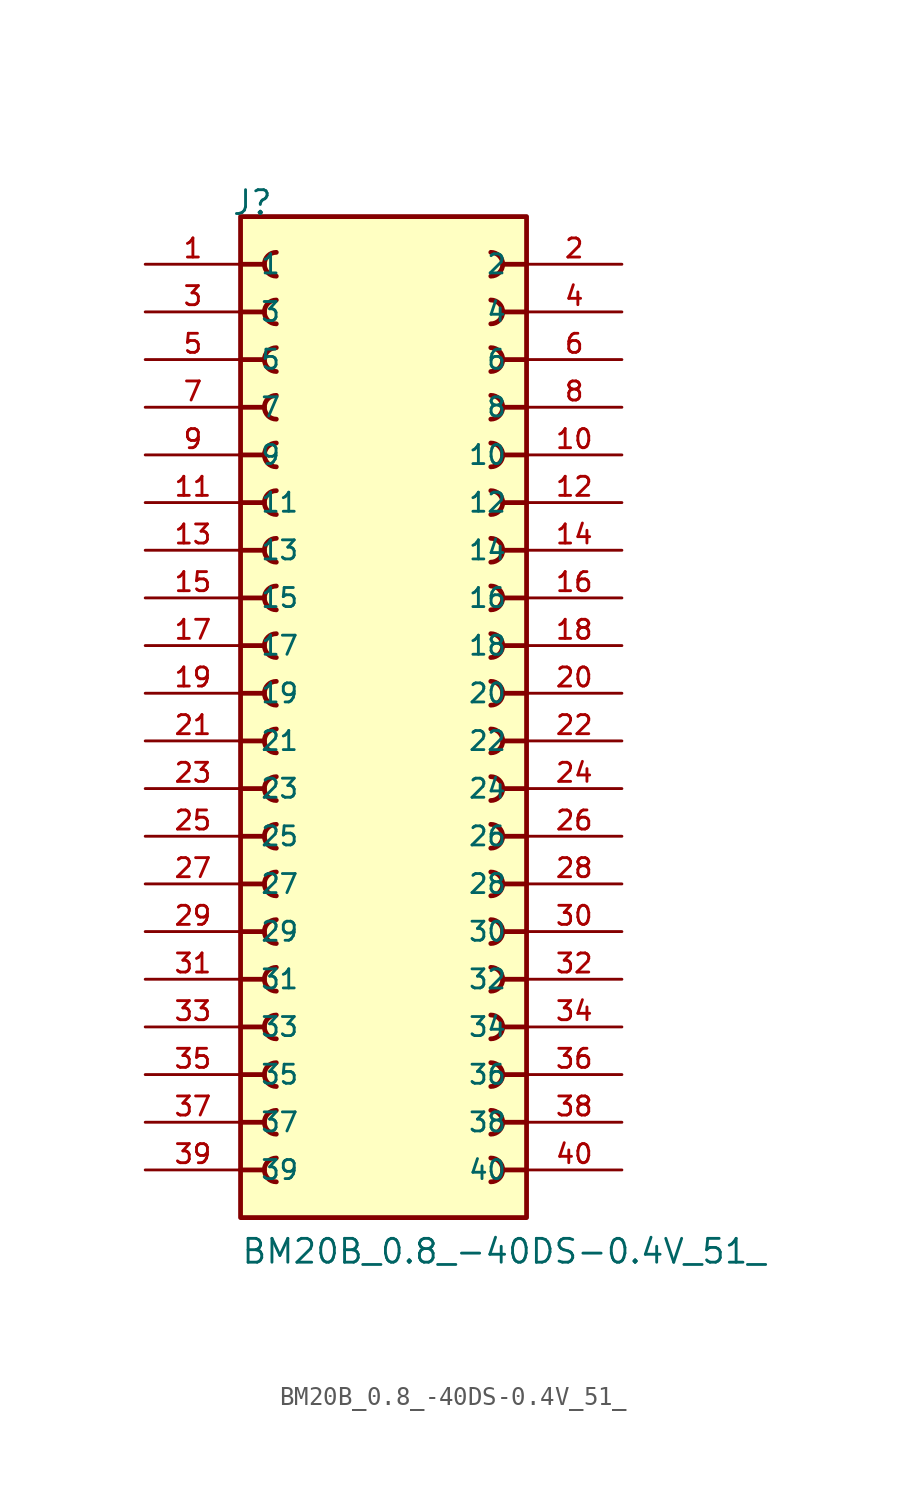
<source format=kicad_sym>
(kicad_symbol_lib
  (version 20211014)
  (generator kicad_symbol_editor)
  (symbol "BM20B_0.8_-40DS-0.4V_51_"
    (pin_names
      (offset 1.016))
    (property "Reference" "J"
      (at -8.12 27.94 0)
      (effects (font (size 1.27 1.27)) (justify bottom left)))
    (property "Value" "BM20B_0.8_-40DS-0.4V_51_"
      (at -7.62 -27.94 0)
      (effects (font (size 1.27 1.27)) (justify bottom left)))
    (symbol "BM20B_0.8_-40DS-0.4V_51__0_0"
      (polyline (pts (xy -7.62 25.4) (xy -6.35 25.4)) (stroke (width 0.254)))
      (arc (start -5.715 26.035) (mid -6.35 25.4) (end -5.715 24.765) (stroke (width 0.254) (type default) (color 0 0 0 0)) (fill (type none)))
      (polyline (pts (xy 7.62 25.4) (xy 6.35 25.4)) (stroke (width 0.254)))
      (arc (start 5.715 24.765) (mid 6.35 25.4) (end 5.715 26.035) (stroke (width 0.254) (type default) (color 0 0 0 0)) (fill (type none)))
      (polyline (pts (xy -7.62 22.86) (xy -6.35 22.86)) (stroke (width 0.254)))
      (arc (start -5.715 23.495) (mid -6.35 22.86) (end -5.715 22.225) (stroke (width 0.254) (type default) (color 0 0 0 0)) (fill (type none)))
      (polyline (pts (xy 7.62 22.86) (xy 6.35 22.86)) (stroke (width 0.254)))
      (arc (start 5.715 22.225) (mid 6.35 22.86) (end 5.715 23.495) (stroke (width 0.254) (type default) (color 0 0 0 0)) (fill (type none)))
      (polyline (pts (xy -7.62 20.32) (xy -6.35 20.32)) (stroke (width 0.254)))
      (arc (start -5.715 20.955) (mid -6.35 20.32) (end -5.715 19.685) (stroke (width 0.254) (type default) (color 0 0 0 0)) (fill (type none)))
      (polyline (pts (xy 7.62 20.32) (xy 6.35 20.32)) (stroke (width 0.254)))
      (arc (start 5.715 19.685) (mid 6.35 20.32) (end 5.715 20.955) (stroke (width 0.254) (type default) (color 0 0 0 0)) (fill (type none)))
      (polyline (pts (xy -7.62 17.78) (xy -6.35 17.78)) (stroke (width 0.254)))
      (arc (start -5.715 18.415) (mid -6.35 17.78) (end -5.715 17.145) (stroke (width 0.254) (type default) (color 0 0 0 0)) (fill (type none)))
      (polyline (pts (xy 7.62 17.78) (xy 6.35 17.78)) (stroke (width 0.254)))
      (arc (start 5.715 17.145) (mid 6.35 17.78) (end 5.715 18.415) (stroke (width 0.254) (type default) (color 0 0 0 0)) (fill (type none)))
      (polyline (pts (xy -7.62 15.24) (xy -6.35 15.24)) (stroke (width 0.254)))
      (arc (start -5.715 15.875) (mid -6.35 15.24) (end -5.715 14.605) (stroke (width 0.254) (type default) (color 0 0 0 0)) (fill (type none)))
      (polyline (pts (xy 7.62 15.24) (xy 6.35 15.24)) (stroke (width 0.254)))
      (arc (start 5.715 14.605) (mid 6.35 15.24) (end 5.715 15.875) (stroke (width 0.254) (type default) (color 0 0 0 0)) (fill (type none)))
      (polyline (pts (xy -7.62 12.7) (xy -6.35 12.7)) (stroke (width 0.254)))
      (arc (start -5.715 13.335) (mid -6.35 12.7) (end -5.715 12.065) (stroke (width 0.254) (type default) (color 0 0 0 0)) (fill (type none)))
      (polyline (pts (xy 7.62 12.7) (xy 6.35 12.7)) (stroke (width 0.254)))
      (arc (start 5.715 12.065) (mid 6.35 12.7) (end 5.715 13.335) (stroke (width 0.254) (type default) (color 0 0 0 0)) (fill (type none)))
      (polyline (pts (xy -7.62 10.16) (xy -6.35 10.16)) (stroke (width 0.254)))
      (arc (start -5.715 10.795) (mid -6.35 10.16) (end -5.715 9.525) (stroke (width 0.254) (type default) (color 0 0 0 0)) (fill (type none)))
      (polyline (pts (xy 7.62 10.16) (xy 6.35 10.16)) (stroke (width 0.254)))
      (arc (start 5.715 9.525) (mid 6.35 10.16) (end 5.715 10.795) (stroke (width 0.254) (type default) (color 0 0 0 0)) (fill (type none)))
      (polyline (pts (xy -7.62 7.62) (xy -6.35 7.62)) (stroke (width 0.254)))
      (arc (start -5.715 8.255) (mid -6.35 7.62) (end -5.715 6.985) (stroke (width 0.254) (type default) (color 0 0 0 0)) (fill (type none)))
      (polyline (pts (xy 7.62 7.62) (xy 6.35 7.62)) (stroke (width 0.254)))
      (arc (start 5.715 6.985) (mid 6.35 7.62) (end 5.715 8.255) (stroke (width 0.254) (type default) (color 0 0 0 0)) (fill (type none)))
      (polyline (pts (xy -7.62 5.08) (xy -6.35 5.08)) (stroke (width 0.254)))
      (arc (start -5.715 5.715) (mid -6.35 5.08) (end -5.715 4.445) (stroke (width 0.254) (type default) (color 0 0 0 0)) (fill (type none)))
      (polyline (pts (xy 7.62 5.08) (xy 6.35 5.08)) (stroke (width 0.254)))
      (arc (start 5.715 4.445) (mid 6.35 5.08) (end 5.715 5.715) (stroke (width 0.254) (type default) (color 0 0 0 0)) (fill (type none)))
      (polyline (pts (xy -7.62 2.54) (xy -6.35 2.54)) (stroke (width 0.254)))
      (arc (start -5.715 3.175) (mid -6.35 2.54) (end -5.715 1.905) (stroke (width 0.254) (type default) (color 0 0 0 0)) (fill (type none)))
      (polyline (pts (xy 7.62 2.54) (xy 6.35 2.54)) (stroke (width 0.254)))
      (arc (start 5.715 1.905) (mid 6.35 2.54) (end 5.715 3.175) (stroke (width 0.254) (type default) (color 0 0 0 0)) (fill (type none)))
      (polyline (pts (xy -7.62 0.0) (xy -6.35 0.0)) (stroke (width 0.254)))
      (arc (start -5.715 0.635) (mid -6.35 -0.0) (end -5.715 -0.635) (stroke (width 0.254) (type default) (color 0 0 0 0)) (fill (type none)))
      (polyline (pts (xy 7.62 0.0) (xy 6.35 0.0)) (stroke (width 0.254)))
      (arc (start 5.715 -0.635) (mid 6.35 0.0) (end 5.715 0.635) (stroke (width 0.254) (type default) (color 0 0 0 0)) (fill (type none)))
      (polyline (pts (xy -7.62 -2.54) (xy -6.35 -2.54)) (stroke (width 0.254)))
      (arc (start -5.715 -1.905) (mid -6.35 -2.54) (end -5.715 -3.175) (stroke (width 0.254) (type default) (color 0 0 0 0)) (fill (type none)))
      (polyline (pts (xy 7.62 -2.54) (xy 6.35 -2.54)) (stroke (width 0.254)))
      (arc (start 5.715 -3.175) (mid 6.35 -2.54) (end 5.715 -1.905) (stroke (width 0.254) (type default) (color 0 0 0 0)) (fill (type none)))
      (polyline (pts (xy -7.62 -5.08) (xy -6.35 -5.08)) (stroke (width 0.254)))
      (arc (start -5.715 -4.445) (mid -6.35 -5.08) (end -5.715 -5.715) (stroke (width 0.254) (type default) (color 0 0 0 0)) (fill (type none)))
      (polyline (pts (xy 7.62 -5.08) (xy 6.35 -5.08)) (stroke (width 0.254)))
      (arc (start 5.715 -5.715) (mid 6.35 -5.08) (end 5.715 -4.445) (stroke (width 0.254) (type default) (color 0 0 0 0)) (fill (type none)))
      (polyline (pts (xy -7.62 -7.62) (xy -6.35 -7.62)) (stroke (width 0.254)))
      (arc (start -5.715 -6.985) (mid -6.35 -7.62) (end -5.715 -8.255) (stroke (width 0.254) (type default) (color 0 0 0 0)) (fill (type none)))
      (polyline (pts (xy 7.62 -7.62) (xy 6.35 -7.62)) (stroke (width 0.254)))
      (arc (start 5.715 -8.255) (mid 6.35 -7.62) (end 5.715 -6.985) (stroke (width 0.254) (type default) (color 0 0 0 0)) (fill (type none)))
      (polyline (pts (xy -7.62 -10.16) (xy -6.35 -10.16)) (stroke (width 0.254)))
      (arc (start -5.715 -9.525) (mid -6.35 -10.16) (end -5.715 -10.795) (stroke (width 0.254) (type default) (color 0 0 0 0)) (fill (type none)))
      (polyline (pts (xy 7.62 -10.16) (xy 6.35 -10.16)) (stroke (width 0.254)))
      (arc (start 5.715 -10.795) (mid 6.35 -10.16) (end 5.715 -9.525) (stroke (width 0.254) (type default) (color 0 0 0 0)) (fill (type none)))
      (polyline (pts (xy -7.62 -12.7) (xy -6.35 -12.7)) (stroke (width 0.254)))
      (arc (start -5.715 -12.065) (mid -6.35 -12.7) (end -5.715 -13.335) (stroke (width 0.254) (type default) (color 0 0 0 0)) (fill (type none)))
      (polyline (pts (xy 7.62 -12.7) (xy 6.35 -12.7)) (stroke (width 0.254)))
      (arc (start 5.715 -13.335) (mid 6.35 -12.7) (end 5.715 -12.065) (stroke (width 0.254) (type default) (color 0 0 0 0)) (fill (type none)))
      (polyline (pts (xy -7.62 -15.24) (xy -6.35 -15.24)) (stroke (width 0.254)))
      (arc (start -5.715 -14.605) (mid -6.35 -15.24) (end -5.715 -15.875) (stroke (width 0.254) (type default) (color 0 0 0 0)) (fill (type none)))
      (polyline (pts (xy 7.62 -15.24) (xy 6.35 -15.24)) (stroke (width 0.254)))
      (arc (start 5.715 -15.875) (mid 6.35 -15.24) (end 5.715 -14.605) (stroke (width 0.254) (type default) (color 0 0 0 0)) (fill (type none)))
      (polyline (pts (xy -7.62 -17.78) (xy -6.35 -17.78)) (stroke (width 0.254)))
      (arc (start -5.715 -17.145) (mid -6.35 -17.78) (end -5.715 -18.415) (stroke (width 0.254) (type default) (color 0 0 0 0)) (fill (type none)))
      (polyline (pts (xy 7.62 -17.78) (xy 6.35 -17.78)) (stroke (width 0.254)))
      (arc (start 5.715 -18.415) (mid 6.35 -17.78) (end 5.715 -17.145) (stroke (width 0.254) (type default) (color 0 0 0 0)) (fill (type none)))
      (polyline (pts (xy -7.62 -20.32) (xy -6.35 -20.32)) (stroke (width 0.254)))
      (arc (start -5.715 -19.685) (mid -6.35 -20.32) (end -5.715 -20.955) (stroke (width 0.254) (type default) (color 0 0 0 0)) (fill (type none)))
      (polyline (pts (xy 7.62 -20.32) (xy 6.35 -20.32)) (stroke (width 0.254)))
      (arc (start 5.715 -20.955) (mid 6.35 -20.32) (end 5.715 -19.685) (stroke (width 0.254) (type default) (color 0 0 0 0)) (fill (type none)))
      (polyline (pts (xy -7.62 -22.86) (xy -6.35 -22.86)) (stroke (width 0.254)))
      (arc (start -5.715 -22.225) (mid -6.35 -22.86) (end -5.715 -23.495) (stroke (width 0.254) (type default) (color 0 0 0 0)) (fill (type none)))
      (polyline (pts (xy 7.62 -22.86) (xy 6.35 -22.86)) (stroke (width 0.254)))
      (arc (start 5.715 -23.495) (mid 6.35 -22.86) (end 5.715 -22.225) (stroke (width 0.254) (type default) (color 0 0 0 0)) (fill (type none)))
      (rectangle (start -7.62 -25.4) (end 7.62 27.94) (stroke (width 0.254)) (fill (type background)))
      (pin passive line (at -12.7 25.4 0) (length 5.08) (name "1" (effects (font (size 1.016 1.016)))) (number "1" (effects (font (size 1.016 1.016)))))
      (pin passive line (at 12.7 25.4 180.0) (length 5.08) (name "2" (effects (font (size 1.016 1.016)))) (number "2" (effects (font (size 1.016 1.016)))))
      (pin passive line (at -12.7 22.86 0) (length 5.08) (name "3" (effects (font (size 1.016 1.016)))) (number "3" (effects (font (size 1.016 1.016)))))
      (pin passive line (at 12.7 22.86 180.0) (length 5.08) (name "4" (effects (font (size 1.016 1.016)))) (number "4" (effects (font (size 1.016 1.016)))))
      (pin passive line (at -12.7 20.32 0) (length 5.08) (name "5" (effects (font (size 1.016 1.016)))) (number "5" (effects (font (size 1.016 1.016)))))
      (pin passive line (at 12.7 20.32 180.0) (length 5.08) (name "6" (effects (font (size 1.016 1.016)))) (number "6" (effects (font (size 1.016 1.016)))))
      (pin passive line (at -12.7 17.78 0) (length 5.08) (name "7" (effects (font (size 1.016 1.016)))) (number "7" (effects (font (size 1.016 1.016)))))
      (pin passive line (at 12.7 17.78 180.0) (length 5.08) (name "8" (effects (font (size 1.016 1.016)))) (number "8" (effects (font (size 1.016 1.016)))))
      (pin passive line (at -12.7 15.24 0) (length 5.08) (name "9" (effects (font (size 1.016 1.016)))) (number "9" (effects (font (size 1.016 1.016)))))
      (pin passive line (at 12.7 15.24 180.0) (length 5.08) (name "10" (effects (font (size 1.016 1.016)))) (number "10" (effects (font (size 1.016 1.016)))))
      (pin passive line (at -12.7 12.7 0) (length 5.08) (name "11" (effects (font (size 1.016 1.016)))) (number "11" (effects (font (size 1.016 1.016)))))
      (pin passive line (at 12.7 12.7 180.0) (length 5.08) (name "12" (effects (font (size 1.016 1.016)))) (number "12" (effects (font (size 1.016 1.016)))))
      (pin passive line (at -12.7 10.16 0) (length 5.08) (name "13" (effects (font (size 1.016 1.016)))) (number "13" (effects (font (size 1.016 1.016)))))
      (pin passive line (at 12.7 10.16 180.0) (length 5.08) (name "14" (effects (font (size 1.016 1.016)))) (number "14" (effects (font (size 1.016 1.016)))))
      (pin passive line (at -12.7 7.62 0) (length 5.08) (name "15" (effects (font (size 1.016 1.016)))) (number "15" (effects (font (size 1.016 1.016)))))
      (pin passive line (at 12.7 7.62 180.0) (length 5.08) (name "16" (effects (font (size 1.016 1.016)))) (number "16" (effects (font (size 1.016 1.016)))))
      (pin passive line (at -12.7 5.08 0) (length 5.08) (name "17" (effects (font (size 1.016 1.016)))) (number "17" (effects (font (size 1.016 1.016)))))
      (pin passive line (at 12.7 5.08 180.0) (length 5.08) (name "18" (effects (font (size 1.016 1.016)))) (number "18" (effects (font (size 1.016 1.016)))))
      (pin passive line (at -12.7 2.54 0) (length 5.08) (name "19" (effects (font (size 1.016 1.016)))) (number "19" (effects (font (size 1.016 1.016)))))
      (pin passive line (at 12.7 2.54 180.0) (length 5.08) (name "20" (effects (font (size 1.016 1.016)))) (number "20" (effects (font (size 1.016 1.016)))))
      (pin passive line (at -12.7 0.0 0) (length 5.08) (name "21" (effects (font (size 1.016 1.016)))) (number "21" (effects (font (size 1.016 1.016)))))
      (pin passive line (at 12.7 0.0 180.0) (length 5.08) (name "22" (effects (font (size 1.016 1.016)))) (number "22" (effects (font (size 1.016 1.016)))))
      (pin passive line (at -12.7 -2.54 0) (length 5.08) (name "23" (effects (font (size 1.016 1.016)))) (number "23" (effects (font (size 1.016 1.016)))))
      (pin passive line (at 12.7 -2.54 180.0) (length 5.08) (name "24" (effects (font (size 1.016 1.016)))) (number "24" (effects (font (size 1.016 1.016)))))
      (pin passive line (at -12.7 -5.08 0) (length 5.08) (name "25" (effects (font (size 1.016 1.016)))) (number "25" (effects (font (size 1.016 1.016)))))
      (pin passive line (at 12.7 -5.08 180.0) (length 5.08) (name "26" (effects (font (size 1.016 1.016)))) (number "26" (effects (font (size 1.016 1.016)))))
      (pin passive line (at -12.7 -7.62 0) (length 5.08) (name "27" (effects (font (size 1.016 1.016)))) (number "27" (effects (font (size 1.016 1.016)))))
      (pin passive line (at 12.7 -7.62 180.0) (length 5.08) (name "28" (effects (font (size 1.016 1.016)))) (number "28" (effects (font (size 1.016 1.016)))))
      (pin passive line (at -12.7 -10.16 0) (length 5.08) (name "29" (effects (font (size 1.016 1.016)))) (number "29" (effects (font (size 1.016 1.016)))))
      (pin passive line (at 12.7 -10.16 180.0) (length 5.08) (name "30" (effects (font (size 1.016 1.016)))) (number "30" (effects (font (size 1.016 1.016)))))
      (pin passive line (at -12.7 -12.7 0) (length 5.08) (name "31" (effects (font (size 1.016 1.016)))) (number "31" (effects (font (size 1.016 1.016)))))
      (pin passive line (at 12.7 -12.7 180.0) (length 5.08) (name "32" (effects (font (size 1.016 1.016)))) (number "32" (effects (font (size 1.016 1.016)))))
      (pin passive line (at -12.7 -15.24 0) (length 5.08) (name "33" (effects (font (size 1.016 1.016)))) (number "33" (effects (font (size 1.016 1.016)))))
      (pin passive line (at 12.7 -15.24 180.0) (length 5.08) (name "34" (effects (font (size 1.016 1.016)))) (number "34" (effects (font (size 1.016 1.016)))))
      (pin passive line (at -12.7 -17.78 0) (length 5.08) (name "35" (effects (font (size 1.016 1.016)))) (number "35" (effects (font (size 1.016 1.016)))))
      (pin passive line (at 12.7 -17.78 180.0) (length 5.08) (name "36" (effects (font (size 1.016 1.016)))) (number "36" (effects (font (size 1.016 1.016)))))
      (pin passive line (at -12.7 -20.32 0) (length 5.08) (name "37" (effects (font (size 1.016 1.016)))) (number "37" (effects (font (size 1.016 1.016)))))
      (pin passive line (at 12.7 -20.32 180.0) (length 5.08) (name "38" (effects (font (size 1.016 1.016)))) (number "38" (effects (font (size 1.016 1.016)))))
      (pin passive line (at -12.7 -22.86 0) (length 5.08) (name "39" (effects (font (size 1.016 1.016)))) (number "39" (effects (font (size 1.016 1.016)))))
      (pin passive line (at 12.7 -22.86 180.0) (length 5.08) (name "40" (effects (font (size 1.016 1.016)))) (number "40" (effects (font (size 1.016 1.016))))))))
</source>
